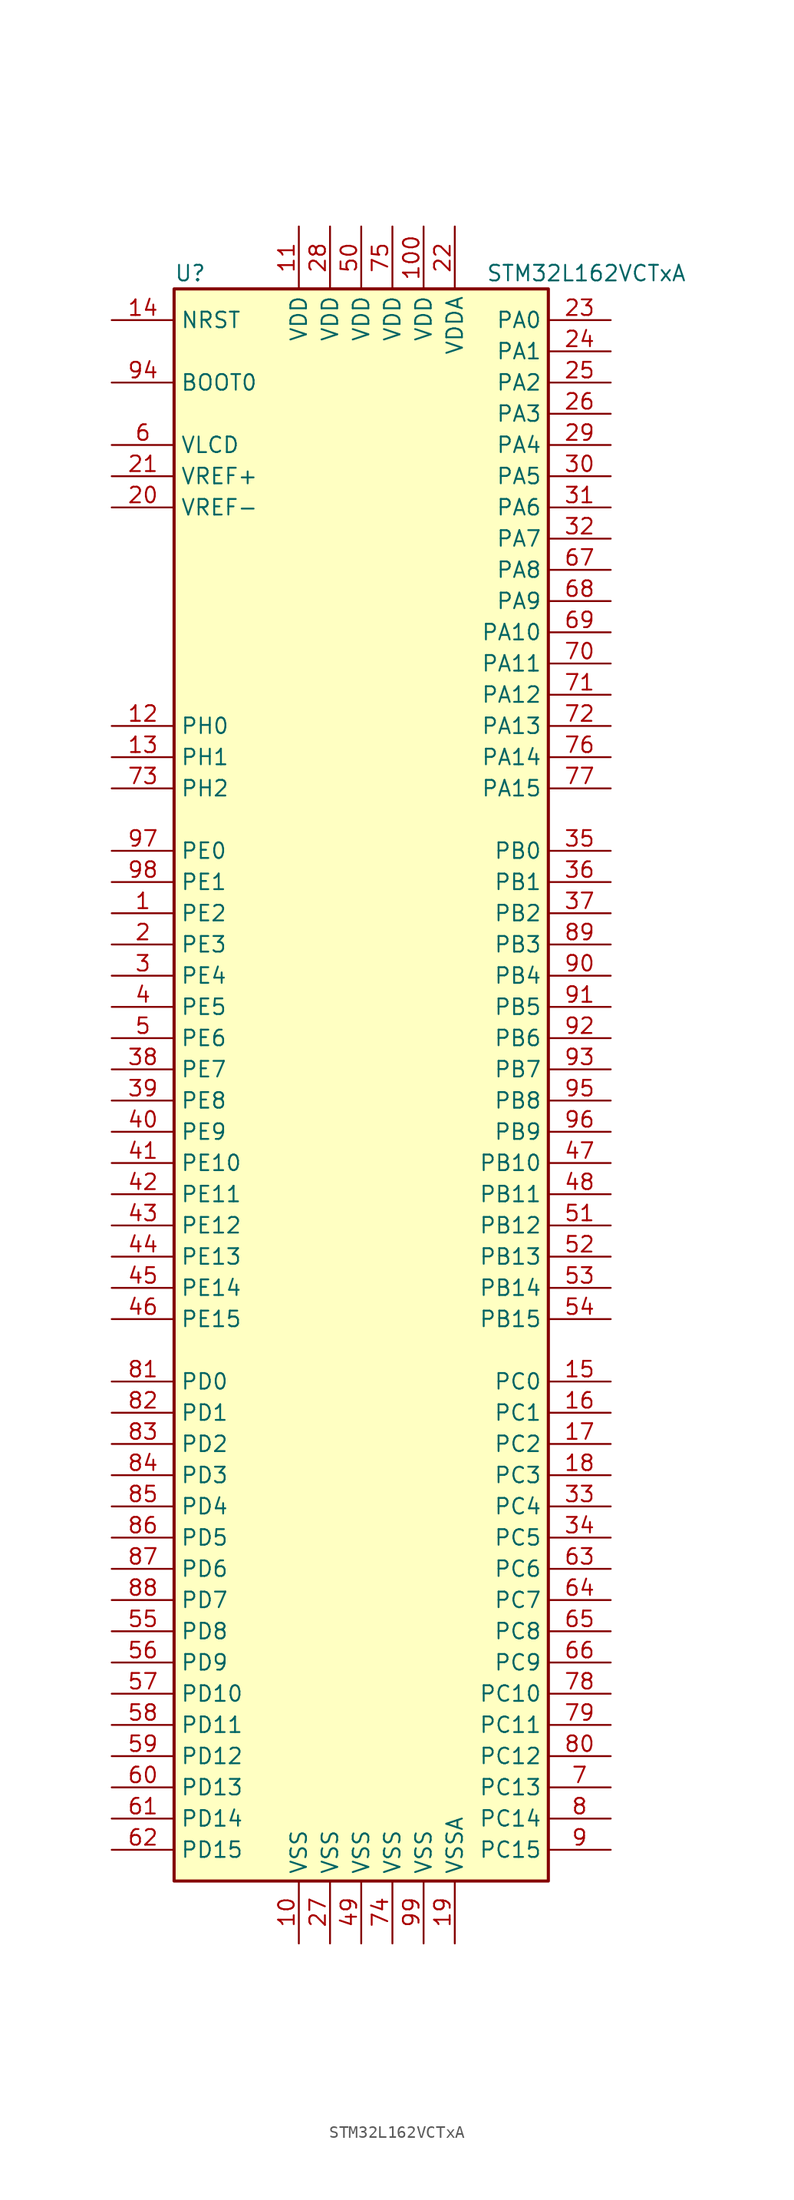
<source format=kicad_sym>
(kicad_symbol_lib
  (version 20201005)
  (generator kicad_symbol_editor)
  (symbol "STM32L162VCTxA"
    (property "Reference" "U"
      (at -15.24 64.77 0)
      (effects (font (size 1.27 1.27)) (justify left)))
    (property "Value" "STM32L162VCTxA"
      (at 10.16 64.77 0)
      (effects (font (size 1.27 1.27)) (justify left)))
    (symbol "STM32L162VCTxA_0_1"
      (rectangle (start -15.24 -66.04) (end 15.24 63.5) (stroke (width 0.254)) (fill (type background))))
    (symbol "STM32L162VCTxA_1_1"
      (pin bidirectional line (at -20.32 12.7 0) (length 5.08) (name "PE2" (effects (font (size 1.27 1.27)))) (number "1" (effects (font (size 1.27 1.27)))))
      (pin power_in line (at -5.08 -71.12 90) (length 5.08) (name "VSS" (effects (font (size 1.27 1.27)))) (number "10" (effects (font (size 1.27 1.27)))))
      (pin power_in line (at 5.08 68.58 270) (length 5.08) (name "VDD" (effects (font (size 1.27 1.27)))) (number "100" (effects (font (size 1.27 1.27)))))
      (pin power_in line (at -5.08 68.58 270) (length 5.08) (name "VDD" (effects (font (size 1.27 1.27)))) (number "11" (effects (font (size 1.27 1.27)))))
      (pin input line (at -20.32 27.94 0) (length 5.08) (name "PH0" (effects (font (size 1.27 1.27)))) (number "12" (effects (font (size 1.27 1.27)))))
      (pin input line (at -20.32 25.4 0) (length 5.08) (name "PH1" (effects (font (size 1.27 1.27)))) (number "13" (effects (font (size 1.27 1.27)))))
      (pin input line (at -20.32 60.96 0) (length 5.08) (name "NRST" (effects (font (size 1.27 1.27)))) (number "14" (effects (font (size 1.27 1.27)))))
      (pin bidirectional line (at 20.32 -25.4 180) (length 5.08) (name "PC0" (effects (font (size 1.27 1.27)))) (number "15" (effects (font (size 1.27 1.27)))))
      (pin bidirectional line (at 20.32 -27.94 180) (length 5.08) (name "PC1" (effects (font (size 1.27 1.27)))) (number "16" (effects (font (size 1.27 1.27)))))
      (pin bidirectional line (at 20.32 -30.48 180) (length 5.08) (name "PC2" (effects (font (size 1.27 1.27)))) (number "17" (effects (font (size 1.27 1.27)))))
      (pin bidirectional line (at 20.32 -33.02 180) (length 5.08) (name "PC3" (effects (font (size 1.27 1.27)))) (number "18" (effects (font (size 1.27 1.27)))))
      (pin power_in line (at 7.62 -71.12 90) (length 5.08) (name "VSSA" (effects (font (size 1.27 1.27)))) (number "19" (effects (font (size 1.27 1.27)))))
      (pin bidirectional line (at -20.32 10.16 0) (length 5.08) (name "PE3" (effects (font (size 1.27 1.27)))) (number "2" (effects (font (size 1.27 1.27)))))
      (pin power_in line (at -20.32 45.72 0) (length 5.08) (name "VREF-" (effects (font (size 1.27 1.27)))) (number "20" (effects (font (size 1.27 1.27)))))
      (pin power_in line (at -20.32 48.26 0) (length 5.08) (name "VREF+" (effects (font (size 1.27 1.27)))) (number "21" (effects (font (size 1.27 1.27)))))
      (pin power_in line (at 7.62 68.58 270) (length 5.08) (name "VDDA" (effects (font (size 1.27 1.27)))) (number "22" (effects (font (size 1.27 1.27)))))
      (pin bidirectional line (at 20.32 60.96 180) (length 5.08) (name "PA0" (effects (font (size 1.27 1.27)))) (number "23" (effects (font (size 1.27 1.27)))))
      (pin bidirectional line (at 20.32 58.42 180) (length 5.08) (name "PA1" (effects (font (size 1.27 1.27)))) (number "24" (effects (font (size 1.27 1.27)))))
      (pin bidirectional line (at 20.32 55.88 180) (length 5.08) (name "PA2" (effects (font (size 1.27 1.27)))) (number "25" (effects (font (size 1.27 1.27)))))
      (pin bidirectional line (at 20.32 53.34 180) (length 5.08) (name "PA3" (effects (font (size 1.27 1.27)))) (number "26" (effects (font (size 1.27 1.27)))))
      (pin power_in line (at -2.54 -71.12 90) (length 5.08) (name "VSS" (effects (font (size 1.27 1.27)))) (number "27" (effects (font (size 1.27 1.27)))))
      (pin power_in line (at -2.54 68.58 270) (length 5.08) (name "VDD" (effects (font (size 1.27 1.27)))) (number "28" (effects (font (size 1.27 1.27)))))
      (pin bidirectional line (at 20.32 50.8 180) (length 5.08) (name "PA4" (effects (font (size 1.27 1.27)))) (number "29" (effects (font (size 1.27 1.27)))))
      (pin bidirectional line (at -20.32 7.62 0) (length 5.08) (name "PE4" (effects (font (size 1.27 1.27)))) (number "3" (effects (font (size 1.27 1.27)))))
      (pin bidirectional line (at 20.32 48.26 180) (length 5.08) (name "PA5" (effects (font (size 1.27 1.27)))) (number "30" (effects (font (size 1.27 1.27)))))
      (pin bidirectional line (at 20.32 45.72 180) (length 5.08) (name "PA6" (effects (font (size 1.27 1.27)))) (number "31" (effects (font (size 1.27 1.27)))))
      (pin bidirectional line (at 20.32 43.18 180) (length 5.08) (name "PA7" (effects (font (size 1.27 1.27)))) (number "32" (effects (font (size 1.27 1.27)))))
      (pin bidirectional line (at 20.32 -35.56 180) (length 5.08) (name "PC4" (effects (font (size 1.27 1.27)))) (number "33" (effects (font (size 1.27 1.27)))))
      (pin bidirectional line (at 20.32 -38.1 180) (length 5.08) (name "PC5" (effects (font (size 1.27 1.27)))) (number "34" (effects (font (size 1.27 1.27)))))
      (pin bidirectional line (at 20.32 17.78 180) (length 5.08) (name "PB0" (effects (font (size 1.27 1.27)))) (number "35" (effects (font (size 1.27 1.27)))))
      (pin bidirectional line (at 20.32 15.24 180) (length 5.08) (name "PB1" (effects (font (size 1.27 1.27)))) (number "36" (effects (font (size 1.27 1.27)))))
      (pin bidirectional line (at 20.32 12.7 180) (length 5.08) (name "PB2" (effects (font (size 1.27 1.27)))) (number "37" (effects (font (size 1.27 1.27)))))
      (pin bidirectional line (at -20.32 0 0) (length 5.08) (name "PE7" (effects (font (size 1.27 1.27)))) (number "38" (effects (font (size 1.27 1.27)))))
      (pin bidirectional line (at -20.32 -2.54 0) (length 5.08) (name "PE8" (effects (font (size 1.27 1.27)))) (number "39" (effects (font (size 1.27 1.27)))))
      (pin bidirectional line (at -20.32 5.08 0) (length 5.08) (name "PE5" (effects (font (size 1.27 1.27)))) (number "4" (effects (font (size 1.27 1.27)))))
      (pin bidirectional line (at -20.32 -5.08 0) (length 5.08) (name "PE9" (effects (font (size 1.27 1.27)))) (number "40" (effects (font (size 1.27 1.27)))))
      (pin bidirectional line (at -20.32 -7.62 0) (length 5.08) (name "PE10" (effects (font (size 1.27 1.27)))) (number "41" (effects (font (size 1.27 1.27)))))
      (pin bidirectional line (at -20.32 -10.16 0) (length 5.08) (name "PE11" (effects (font (size 1.27 1.27)))) (number "42" (effects (font (size 1.27 1.27)))))
      (pin bidirectional line (at -20.32 -12.7 0) (length 5.08) (name "PE12" (effects (font (size 1.27 1.27)))) (number "43" (effects (font (size 1.27 1.27)))))
      (pin bidirectional line (at -20.32 -15.24 0) (length 5.08) (name "PE13" (effects (font (size 1.27 1.27)))) (number "44" (effects (font (size 1.27 1.27)))))
      (pin bidirectional line (at -20.32 -17.78 0) (length 5.08) (name "PE14" (effects (font (size 1.27 1.27)))) (number "45" (effects (font (size 1.27 1.27)))))
      (pin bidirectional line (at -20.32 -20.32 0) (length 5.08) (name "PE15" (effects (font (size 1.27 1.27)))) (number "46" (effects (font (size 1.27 1.27)))))
      (pin bidirectional line (at 20.32 -7.62 180) (length 5.08) (name "PB10" (effects (font (size 1.27 1.27)))) (number "47" (effects (font (size 1.27 1.27)))))
      (pin bidirectional line (at 20.32 -10.16 180) (length 5.08) (name "PB11" (effects (font (size 1.27 1.27)))) (number "48" (effects (font (size 1.27 1.27)))))
      (pin power_in line (at 0 -71.12 90) (length 5.08) (name "VSS" (effects (font (size 1.27 1.27)))) (number "49" (effects (font (size 1.27 1.27)))))
      (pin bidirectional line (at -20.32 2.54 0) (length 5.08) (name "PE6" (effects (font (size 1.27 1.27)))) (number "5" (effects (font (size 1.27 1.27)))))
      (pin power_in line (at 0 68.58 270) (length 5.08) (name "VDD" (effects (font (size 1.27 1.27)))) (number "50" (effects (font (size 1.27 1.27)))))
      (pin bidirectional line (at 20.32 -12.7 180) (length 5.08) (name "PB12" (effects (font (size 1.27 1.27)))) (number "51" (effects (font (size 1.27 1.27)))))
      (pin bidirectional line (at 20.32 -15.24 180) (length 5.08) (name "PB13" (effects (font (size 1.27 1.27)))) (number "52" (effects (font (size 1.27 1.27)))))
      (pin bidirectional line (at 20.32 -17.78 180) (length 5.08) (name "PB14" (effects (font (size 1.27 1.27)))) (number "53" (effects (font (size 1.27 1.27)))))
      (pin bidirectional line (at 20.32 -20.32 180) (length 5.08) (name "PB15" (effects (font (size 1.27 1.27)))) (number "54" (effects (font (size 1.27 1.27)))))
      (pin bidirectional line (at -20.32 -45.72 0) (length 5.08) (name "PD8" (effects (font (size 1.27 1.27)))) (number "55" (effects (font (size 1.27 1.27)))))
      (pin bidirectional line (at -20.32 -48.26 0) (length 5.08) (name "PD9" (effects (font (size 1.27 1.27)))) (number "56" (effects (font (size 1.27 1.27)))))
      (pin bidirectional line (at -20.32 -50.8 0) (length 5.08) (name "PD10" (effects (font (size 1.27 1.27)))) (number "57" (effects (font (size 1.27 1.27)))))
      (pin bidirectional line (at -20.32 -53.34 0) (length 5.08) (name "PD11" (effects (font (size 1.27 1.27)))) (number "58" (effects (font (size 1.27 1.27)))))
      (pin bidirectional line (at -20.32 -55.88 0) (length 5.08) (name "PD12" (effects (font (size 1.27 1.27)))) (number "59" (effects (font (size 1.27 1.27)))))
      (pin power_in line (at -20.32 50.8 0) (length 5.08) (name "VLCD" (effects (font (size 1.27 1.27)))) (number "6" (effects (font (size 1.27 1.27)))))
      (pin bidirectional line (at -20.32 -58.42 0) (length 5.08) (name "PD13" (effects (font (size 1.27 1.27)))) (number "60" (effects (font (size 1.27 1.27)))))
      (pin bidirectional line (at -20.32 -60.96 0) (length 5.08) (name "PD14" (effects (font (size 1.27 1.27)))) (number "61" (effects (font (size 1.27 1.27)))))
      (pin bidirectional line (at -20.32 -63.5 0) (length 5.08) (name "PD15" (effects (font (size 1.27 1.27)))) (number "62" (effects (font (size 1.27 1.27)))))
      (pin bidirectional line (at 20.32 -40.64 180) (length 5.08) (name "PC6" (effects (font (size 1.27 1.27)))) (number "63" (effects (font (size 1.27 1.27)))))
      (pin bidirectional line (at 20.32 -43.18 180) (length 5.08) (name "PC7" (effects (font (size 1.27 1.27)))) (number "64" (effects (font (size 1.27 1.27)))))
      (pin bidirectional line (at 20.32 -45.72 180) (length 5.08) (name "PC8" (effects (font (size 1.27 1.27)))) (number "65" (effects (font (size 1.27 1.27)))))
      (pin bidirectional line (at 20.32 -48.26 180) (length 5.08) (name "PC9" (effects (font (size 1.27 1.27)))) (number "66" (effects (font (size 1.27 1.27)))))
      (pin bidirectional line (at 20.32 40.64 180) (length 5.08) (name "PA8" (effects (font (size 1.27 1.27)))) (number "67" (effects (font (size 1.27 1.27)))))
      (pin bidirectional line (at 20.32 38.1 180) (length 5.08) (name "PA9" (effects (font (size 1.27 1.27)))) (number "68" (effects (font (size 1.27 1.27)))))
      (pin bidirectional line (at 20.32 35.56 180) (length 5.08) (name "PA10" (effects (font (size 1.27 1.27)))) (number "69" (effects (font (size 1.27 1.27)))))
      (pin bidirectional line (at 20.32 -58.42 180) (length 5.08) (name "PC13" (effects (font (size 1.27 1.27)))) (number "7" (effects (font (size 1.27 1.27)))))
      (pin bidirectional line (at 20.32 33.02 180) (length 5.08) (name "PA11" (effects (font (size 1.27 1.27)))) (number "70" (effects (font (size 1.27 1.27)))))
      (pin bidirectional line (at 20.32 30.48 180) (length 5.08) (name "PA12" (effects (font (size 1.27 1.27)))) (number "71" (effects (font (size 1.27 1.27)))))
      (pin bidirectional line (at 20.32 27.94 180) (length 5.08) (name "PA13" (effects (font (size 1.27 1.27)))) (number "72" (effects (font (size 1.27 1.27)))))
      (pin bidirectional line (at -20.32 22.86 0) (length 5.08) (name "PH2" (effects (font (size 1.27 1.27)))) (number "73" (effects (font (size 1.27 1.27)))))
      (pin power_in line (at 2.54 -71.12 90) (length 5.08) (name "VSS" (effects (font (size 1.27 1.27)))) (number "74" (effects (font (size 1.27 1.27)))))
      (pin power_in line (at 2.54 68.58 270) (length 5.08) (name "VDD" (effects (font (size 1.27 1.27)))) (number "75" (effects (font (size 1.27 1.27)))))
      (pin bidirectional line (at 20.32 25.4 180) (length 5.08) (name "PA14" (effects (font (size 1.27 1.27)))) (number "76" (effects (font (size 1.27 1.27)))))
      (pin bidirectional line (at 20.32 22.86 180) (length 5.08) (name "PA15" (effects (font (size 1.27 1.27)))) (number "77" (effects (font (size 1.27 1.27)))))
      (pin bidirectional line (at 20.32 -50.8 180) (length 5.08) (name "PC10" (effects (font (size 1.27 1.27)))) (number "78" (effects (font (size 1.27 1.27)))))
      (pin bidirectional line (at 20.32 -53.34 180) (length 5.08) (name "PC11" (effects (font (size 1.27 1.27)))) (number "79" (effects (font (size 1.27 1.27)))))
      (pin bidirectional line (at 20.32 -60.96 180) (length 5.08) (name "PC14" (effects (font (size 1.27 1.27)))) (number "8" (effects (font (size 1.27 1.27)))))
      (pin bidirectional line (at 20.32 -55.88 180) (length 5.08) (name "PC12" (effects (font (size 1.27 1.27)))) (number "80" (effects (font (size 1.27 1.27)))))
      (pin bidirectional line (at -20.32 -25.4 0) (length 5.08) (name "PD0" (effects (font (size 1.27 1.27)))) (number "81" (effects (font (size 1.27 1.27)))))
      (pin bidirectional line (at -20.32 -27.94 0) (length 5.08) (name "PD1" (effects (font (size 1.27 1.27)))) (number "82" (effects (font (size 1.27 1.27)))))
      (pin bidirectional line (at -20.32 -30.48 0) (length 5.08) (name "PD2" (effects (font (size 1.27 1.27)))) (number "83" (effects (font (size 1.27 1.27)))))
      (pin bidirectional line (at -20.32 -33.02 0) (length 5.08) (name "PD3" (effects (font (size 1.27 1.27)))) (number "84" (effects (font (size 1.27 1.27)))))
      (pin bidirectional line (at -20.32 -35.56 0) (length 5.08) (name "PD4" (effects (font (size 1.27 1.27)))) (number "85" (effects (font (size 1.27 1.27)))))
      (pin bidirectional line (at -20.32 -38.1 0) (length 5.08) (name "PD5" (effects (font (size 1.27 1.27)))) (number "86" (effects (font (size 1.27 1.27)))))
      (pin bidirectional line (at -20.32 -40.64 0) (length 5.08) (name "PD6" (effects (font (size 1.27 1.27)))) (number "87" (effects (font (size 1.27 1.27)))))
      (pin bidirectional line (at -20.32 -43.18 0) (length 5.08) (name "PD7" (effects (font (size 1.27 1.27)))) (number "88" (effects (font (size 1.27 1.27)))))
      (pin bidirectional line (at 20.32 10.16 180) (length 5.08) (name "PB3" (effects (font (size 1.27 1.27)))) (number "89" (effects (font (size 1.27 1.27)))))
      (pin bidirectional line (at 20.32 -63.5 180) (length 5.08) (name "PC15" (effects (font (size 1.27 1.27)))) (number "9" (effects (font (size 1.27 1.27)))))
      (pin bidirectional line (at 20.32 7.62 180) (length 5.08) (name "PB4" (effects (font (size 1.27 1.27)))) (number "90" (effects (font (size 1.27 1.27)))))
      (pin bidirectional line (at 20.32 5.08 180) (length 5.08) (name "PB5" (effects (font (size 1.27 1.27)))) (number "91" (effects (font (size 1.27 1.27)))))
      (pin bidirectional line (at 20.32 2.54 180) (length 5.08) (name "PB6" (effects (font (size 1.27 1.27)))) (number "92" (effects (font (size 1.27 1.27)))))
      (pin bidirectional line (at 20.32 0 180) (length 5.08) (name "PB7" (effects (font (size 1.27 1.27)))) (number "93" (effects (font (size 1.27 1.27)))))
      (pin input line (at -20.32 55.88 0) (length 5.08) (name "BOOT0" (effects (font (size 1.27 1.27)))) (number "94" (effects (font (size 1.27 1.27)))))
      (pin bidirectional line (at 20.32 -2.54 180) (length 5.08) (name "PB8" (effects (font (size 1.27 1.27)))) (number "95" (effects (font (size 1.27 1.27)))))
      (pin bidirectional line (at 20.32 -5.08 180) (length 5.08) (name "PB9" (effects (font (size 1.27 1.27)))) (number "96" (effects (font (size 1.27 1.27)))))
      (pin bidirectional line (at -20.32 17.78 0) (length 5.08) (name "PE0" (effects (font (size 1.27 1.27)))) (number "97" (effects (font (size 1.27 1.27)))))
      (pin bidirectional line (at -20.32 15.24 0) (length 5.08) (name "PE1" (effects (font (size 1.27 1.27)))) (number "98" (effects (font (size 1.27 1.27)))))
      (pin power_in line (at 5.08 -71.12 90) (length 5.08) (name "VSS" (effects (font (size 1.27 1.27)))) (number "99" (effects (font (size 1.27 1.27))))))))
</source>
